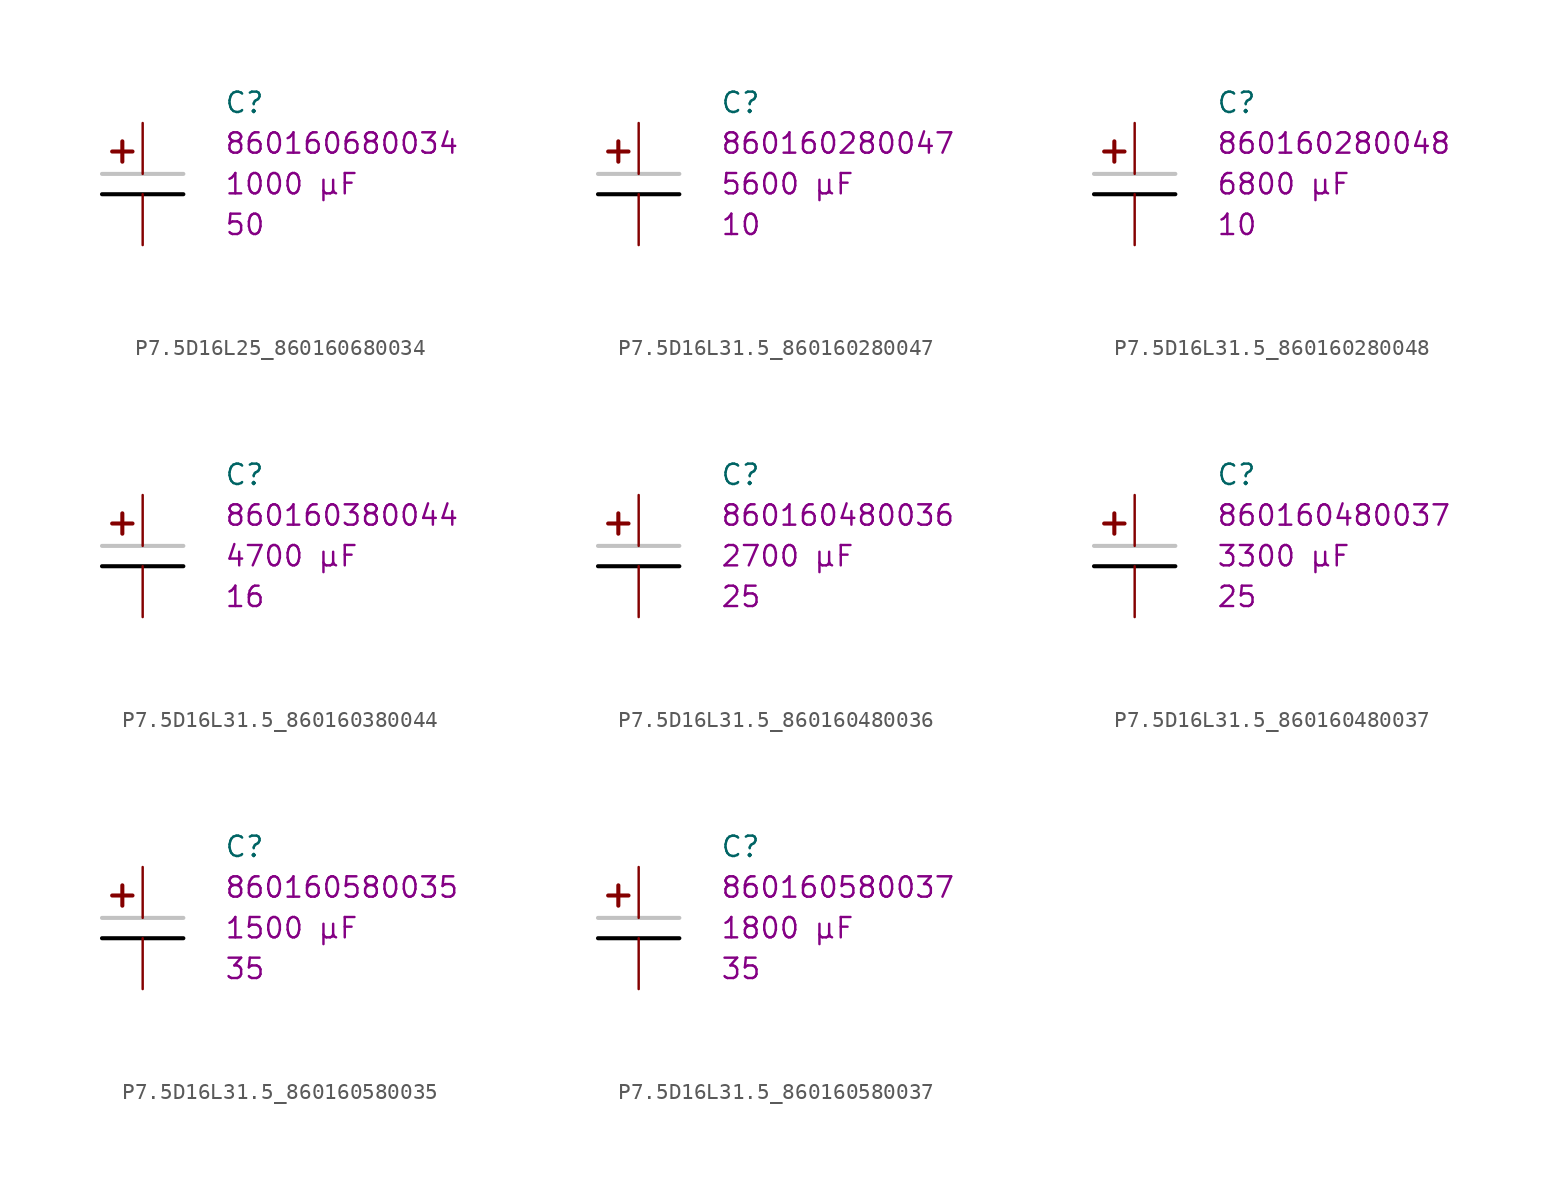
<source format=kicad_sym>
(kicad_symbol_lib
  (version 20220914)
  (generator kicad_symbol_editor)
  (symbol "P7.5D16L25_860160680034"
    (pin_numbers hide)
    (pin_names hide)
    (property "Reference" "C"
      (at 5.08 5.08 0)
      (effects (font (size 1.27 1.27)) (justify left)))
    (property "Part Number" "860160680034"
      (at 5.08 2.54 0)
      (effects (font (size 1.27 1.27)) (justify left)))
    (property "Capacitance" "1000 µF"
      (at 5.08 0 0)
      (effects (font (size 1.27 1.27)) (justify left)))
    (property "Voltage" "50"
      (at 5.08 -2.54 0)
      (effects (font (size 1.27 1.27)) (justify left)))
    (property "Critical Parameter" ""
      (at 0 -7.62 0)
      (effects (font (size 1.27 1.27))))
    (symbol "P7.5D16L25_860160680034_1_1"
      (polyline (pts (xy -1.27 2.667) (xy -1.27 1.397)) (stroke (width 0.254) (type default)) (fill (type none)))
      (polyline (pts (xy -0.635 2.032) (xy -1.905 2.032)) (stroke (width 0.254) (type default)) (fill (type none)))
      (polyline (pts (xy 2.54 -0.635) (xy -2.54 -0.635)) (stroke (width 0.254) (type default) (color 0 0 0 1)) (fill (type none)))
      (polyline (pts (xy 2.54 0.635) (xy -2.54 0.635)) (stroke (width 0.254) (type default) (color 194 194 194 1)) (fill (type none)))
      (pin passive line (at 0 3.81 270) (length 3.175) (name "1" (effects (font (size 1.27 1.27)))) (number "1" (effects (font (size 1.27 1.27)))))
      (pin passive line (at 0 -3.81 90) (length 3.175) (name "2" (effects (font (size 1.27 1.27)))) (number "2" (effects (font (size 1.27 1.27)))))))
  (symbol "P7.5D16L31.5_860160280047"
    (pin_numbers hide)
    (pin_names hide)
    (property "Reference" "C"
      (at 5.08 5.08 0)
      (effects (font (size 1.27 1.27)) (justify left)))
    (property "Part Number" "860160280047"
      (at 5.08 2.54 0)
      (effects (font (size 1.27 1.27)) (justify left)))
    (property "Capacitance" "5600 µF"
      (at 5.08 0 0)
      (effects (font (size 1.27 1.27)) (justify left)))
    (property "Voltage" "10"
      (at 5.08 -2.54 0)
      (effects (font (size 1.27 1.27)) (justify left)))
    (property "Critical Parameter" ""
      (at 0 -7.62 0)
      (effects (font (size 1.27 1.27))))
    (symbol "P7.5D16L31.5_860160280047_1_1"
      (polyline (pts (xy -1.27 2.667) (xy -1.27 1.397)) (stroke (width 0.254) (type default)) (fill (type none)))
      (polyline (pts (xy -0.635 2.032) (xy -1.905 2.032)) (stroke (width 0.254) (type default)) (fill (type none)))
      (polyline (pts (xy 2.54 -0.635) (xy -2.54 -0.635)) (stroke (width 0.254) (type default) (color 0 0 0 1)) (fill (type none)))
      (polyline (pts (xy 2.54 0.635) (xy -2.54 0.635)) (stroke (width 0.254) (type default) (color 194 194 194 1)) (fill (type none)))
      (pin passive line (at 0 3.81 270) (length 3.175) (name "1" (effects (font (size 1.27 1.27)))) (number "1" (effects (font (size 1.27 1.27)))))
      (pin passive line (at 0 -3.81 90) (length 3.175) (name "2" (effects (font (size 1.27 1.27)))) (number "2" (effects (font (size 1.27 1.27)))))))
  (symbol "P7.5D16L31.5_860160280048"
    (pin_numbers hide)
    (pin_names hide)
    (property "Reference" "C"
      (at 5.08 5.08 0)
      (effects (font (size 1.27 1.27)) (justify left)))
    (property "Part Number" "860160280048"
      (at 5.08 2.54 0)
      (effects (font (size 1.27 1.27)) (justify left)))
    (property "Capacitance" "6800 µF"
      (at 5.08 0 0)
      (effects (font (size 1.27 1.27)) (justify left)))
    (property "Voltage" "10"
      (at 5.08 -2.54 0)
      (effects (font (size 1.27 1.27)) (justify left)))
    (property "Critical Parameter" ""
      (at 0 -7.62 0)
      (effects (font (size 1.27 1.27))))
    (symbol "P7.5D16L31.5_860160280048_1_1"
      (polyline (pts (xy -1.27 2.667) (xy -1.27 1.397)) (stroke (width 0.254) (type default)) (fill (type none)))
      (polyline (pts (xy -0.635 2.032) (xy -1.905 2.032)) (stroke (width 0.254) (type default)) (fill (type none)))
      (polyline (pts (xy 2.54 -0.635) (xy -2.54 -0.635)) (stroke (width 0.254) (type default) (color 0 0 0 1)) (fill (type none)))
      (polyline (pts (xy 2.54 0.635) (xy -2.54 0.635)) (stroke (width 0.254) (type default) (color 194 194 194 1)) (fill (type none)))
      (pin passive line (at 0 3.81 270) (length 3.175) (name "1" (effects (font (size 1.27 1.27)))) (number "1" (effects (font (size 1.27 1.27)))))
      (pin passive line (at 0 -3.81 90) (length 3.175) (name "2" (effects (font (size 1.27 1.27)))) (number "2" (effects (font (size 1.27 1.27)))))))
  (symbol "P7.5D16L31.5_860160380044"
    (pin_numbers hide)
    (pin_names hide)
    (property "Reference" "C"
      (at 5.08 5.08 0)
      (effects (font (size 1.27 1.27)) (justify left)))
    (property "Part Number" "860160380044"
      (at 5.08 2.54 0)
      (effects (font (size 1.27 1.27)) (justify left)))
    (property "Capacitance" "4700 µF"
      (at 5.08 0 0)
      (effects (font (size 1.27 1.27)) (justify left)))
    (property "Voltage" "16"
      (at 5.08 -2.54 0)
      (effects (font (size 1.27 1.27)) (justify left)))
    (property "Critical Parameter" ""
      (at 0 -7.62 0)
      (effects (font (size 1.27 1.27))))
    (symbol "P7.5D16L31.5_860160380044_1_1"
      (polyline (pts (xy -1.27 2.667) (xy -1.27 1.397)) (stroke (width 0.254) (type default)) (fill (type none)))
      (polyline (pts (xy -0.635 2.032) (xy -1.905 2.032)) (stroke (width 0.254) (type default)) (fill (type none)))
      (polyline (pts (xy 2.54 -0.635) (xy -2.54 -0.635)) (stroke (width 0.254) (type default) (color 0 0 0 1)) (fill (type none)))
      (polyline (pts (xy 2.54 0.635) (xy -2.54 0.635)) (stroke (width 0.254) (type default) (color 194 194 194 1)) (fill (type none)))
      (pin passive line (at 0 3.81 270) (length 3.175) (name "1" (effects (font (size 1.27 1.27)))) (number "1" (effects (font (size 1.27 1.27)))))
      (pin passive line (at 0 -3.81 90) (length 3.175) (name "2" (effects (font (size 1.27 1.27)))) (number "2" (effects (font (size 1.27 1.27)))))))
  (symbol "P7.5D16L31.5_860160480036"
    (pin_numbers hide)
    (pin_names hide)
    (property "Reference" "C"
      (at 5.08 5.08 0)
      (effects (font (size 1.27 1.27)) (justify left)))
    (property "Part Number" "860160480036"
      (at 5.08 2.54 0)
      (effects (font (size 1.27 1.27)) (justify left)))
    (property "Capacitance" "2700 µF"
      (at 5.08 0 0)
      (effects (font (size 1.27 1.27)) (justify left)))
    (property "Voltage" "25"
      (at 5.08 -2.54 0)
      (effects (font (size 1.27 1.27)) (justify left)))
    (property "Critical Parameter" ""
      (at 0 -7.62 0)
      (effects (font (size 1.27 1.27))))
    (symbol "P7.5D16L31.5_860160480036_1_1"
      (polyline (pts (xy -1.27 2.667) (xy -1.27 1.397)) (stroke (width 0.254) (type default)) (fill (type none)))
      (polyline (pts (xy -0.635 2.032) (xy -1.905 2.032)) (stroke (width 0.254) (type default)) (fill (type none)))
      (polyline (pts (xy 2.54 -0.635) (xy -2.54 -0.635)) (stroke (width 0.254) (type default) (color 0 0 0 1)) (fill (type none)))
      (polyline (pts (xy 2.54 0.635) (xy -2.54 0.635)) (stroke (width 0.254) (type default) (color 194 194 194 1)) (fill (type none)))
      (pin passive line (at 0 3.81 270) (length 3.175) (name "1" (effects (font (size 1.27 1.27)))) (number "1" (effects (font (size 1.27 1.27)))))
      (pin passive line (at 0 -3.81 90) (length 3.175) (name "2" (effects (font (size 1.27 1.27)))) (number "2" (effects (font (size 1.27 1.27)))))))
  (symbol "P7.5D16L31.5_860160480037"
    (pin_numbers hide)
    (pin_names hide)
    (property "Reference" "C"
      (at 5.08 5.08 0)
      (effects (font (size 1.27 1.27)) (justify left)))
    (property "Part Number" "860160480037"
      (at 5.08 2.54 0)
      (effects (font (size 1.27 1.27)) (justify left)))
    (property "Capacitance" "3300 µF"
      (at 5.08 0 0)
      (effects (font (size 1.27 1.27)) (justify left)))
    (property "Voltage" "25"
      (at 5.08 -2.54 0)
      (effects (font (size 1.27 1.27)) (justify left)))
    (property "Critical Parameter" ""
      (at 0 -7.62 0)
      (effects (font (size 1.27 1.27))))
    (symbol "P7.5D16L31.5_860160480037_1_1"
      (polyline (pts (xy -1.27 2.667) (xy -1.27 1.397)) (stroke (width 0.254) (type default)) (fill (type none)))
      (polyline (pts (xy -0.635 2.032) (xy -1.905 2.032)) (stroke (width 0.254) (type default)) (fill (type none)))
      (polyline (pts (xy 2.54 -0.635) (xy -2.54 -0.635)) (stroke (width 0.254) (type default) (color 0 0 0 1)) (fill (type none)))
      (polyline (pts (xy 2.54 0.635) (xy -2.54 0.635)) (stroke (width 0.254) (type default) (color 194 194 194 1)) (fill (type none)))
      (pin passive line (at 0 3.81 270) (length 3.175) (name "1" (effects (font (size 1.27 1.27)))) (number "1" (effects (font (size 1.27 1.27)))))
      (pin passive line (at 0 -3.81 90) (length 3.175) (name "2" (effects (font (size 1.27 1.27)))) (number "2" (effects (font (size 1.27 1.27)))))))
  (symbol "P7.5D16L31.5_860160580035"
    (pin_numbers hide)
    (pin_names hide)
    (property "Reference" "C"
      (at 5.08 5.08 0)
      (effects (font (size 1.27 1.27)) (justify left)))
    (property "Part Number" "860160580035"
      (at 5.08 2.54 0)
      (effects (font (size 1.27 1.27)) (justify left)))
    (property "Capacitance" "1500 µF"
      (at 5.08 0 0)
      (effects (font (size 1.27 1.27)) (justify left)))
    (property "Voltage" "35"
      (at 5.08 -2.54 0)
      (effects (font (size 1.27 1.27)) (justify left)))
    (property "Critical Parameter" ""
      (at 0 -7.62 0)
      (effects (font (size 1.27 1.27))))
    (symbol "P7.5D16L31.5_860160580035_1_1"
      (polyline (pts (xy -1.27 2.667) (xy -1.27 1.397)) (stroke (width 0.254) (type default)) (fill (type none)))
      (polyline (pts (xy -0.635 2.032) (xy -1.905 2.032)) (stroke (width 0.254) (type default)) (fill (type none)))
      (polyline (pts (xy 2.54 -0.635) (xy -2.54 -0.635)) (stroke (width 0.254) (type default) (color 0 0 0 1)) (fill (type none)))
      (polyline (pts (xy 2.54 0.635) (xy -2.54 0.635)) (stroke (width 0.254) (type default) (color 194 194 194 1)) (fill (type none)))
      (pin passive line (at 0 3.81 270) (length 3.175) (name "1" (effects (font (size 1.27 1.27)))) (number "1" (effects (font (size 1.27 1.27)))))
      (pin passive line (at 0 -3.81 90) (length 3.175) (name "2" (effects (font (size 1.27 1.27)))) (number "2" (effects (font (size 1.27 1.27)))))))
  (symbol "P7.5D16L31.5_860160580037"
    (pin_numbers hide)
    (pin_names hide)
    (property "Reference" "C"
      (at 5.08 5.08 0)
      (effects (font (size 1.27 1.27)) (justify left)))
    (property "Part Number" "860160580037"
      (at 5.08 2.54 0)
      (effects (font (size 1.27 1.27)) (justify left)))
    (property "Capacitance" "1800 µF"
      (at 5.08 0 0)
      (effects (font (size 1.27 1.27)) (justify left)))
    (property "Voltage" "35"
      (at 5.08 -2.54 0)
      (effects (font (size 1.27 1.27)) (justify left)))
    (property "Critical Parameter" ""
      (at 0 -7.62 0)
      (effects (font (size 1.27 1.27))))
    (symbol "P7.5D16L31.5_860160580037_1_1"
      (polyline (pts (xy -1.27 2.667) (xy -1.27 1.397)) (stroke (width 0.254) (type default)) (fill (type none)))
      (polyline (pts (xy -0.635 2.032) (xy -1.905 2.032)) (stroke (width 0.254) (type default)) (fill (type none)))
      (polyline (pts (xy 2.54 -0.635) (xy -2.54 -0.635)) (stroke (width 0.254) (type default) (color 0 0 0 1)) (fill (type none)))
      (polyline (pts (xy 2.54 0.635) (xy -2.54 0.635)) (stroke (width 0.254) (type default) (color 194 194 194 1)) (fill (type none)))
      (pin passive line (at 0 3.81 270) (length 3.175) (name "1" (effects (font (size 1.27 1.27)))) (number "1" (effects (font (size 1.27 1.27)))))
      (pin passive line (at 0 -3.81 90) (length 3.175) (name "2" (effects (font (size 1.27 1.27)))) (number "2" (effects (font (size 1.27 1.27))))))))
</source>
